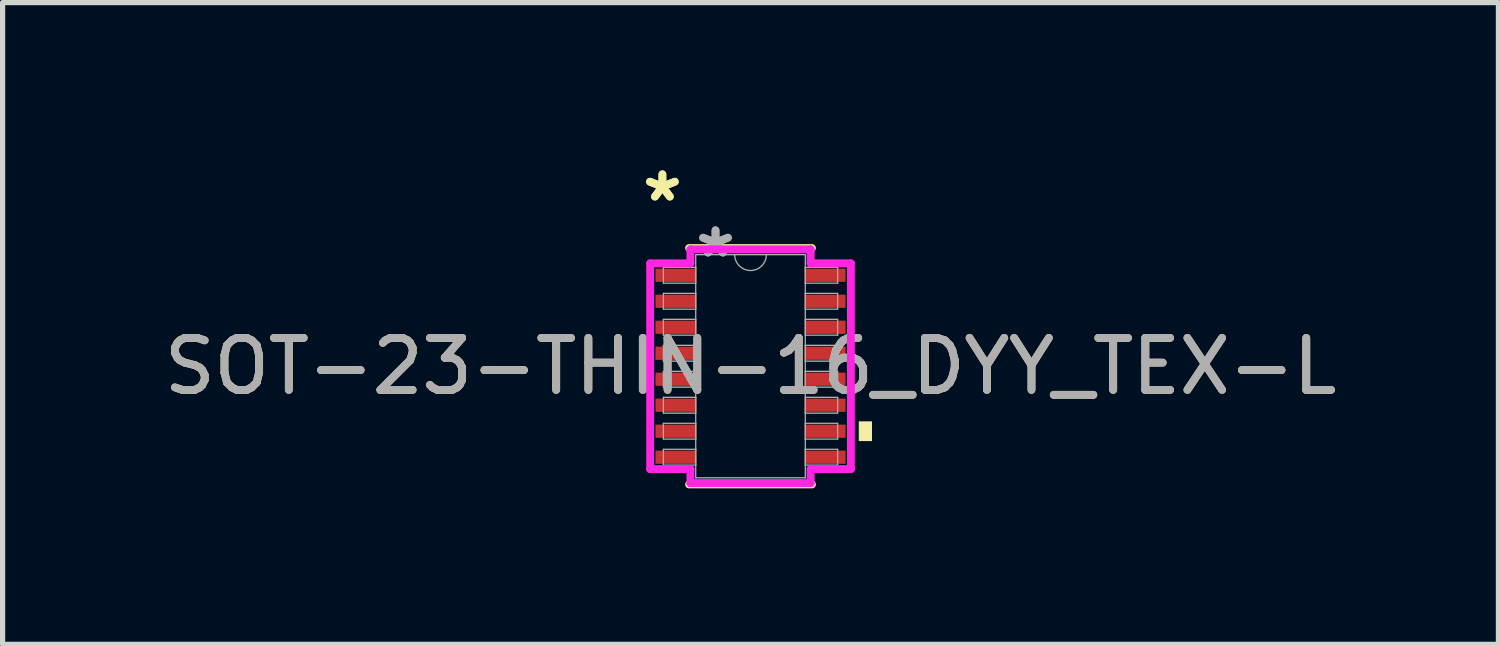
<source format=kicad_pcb>
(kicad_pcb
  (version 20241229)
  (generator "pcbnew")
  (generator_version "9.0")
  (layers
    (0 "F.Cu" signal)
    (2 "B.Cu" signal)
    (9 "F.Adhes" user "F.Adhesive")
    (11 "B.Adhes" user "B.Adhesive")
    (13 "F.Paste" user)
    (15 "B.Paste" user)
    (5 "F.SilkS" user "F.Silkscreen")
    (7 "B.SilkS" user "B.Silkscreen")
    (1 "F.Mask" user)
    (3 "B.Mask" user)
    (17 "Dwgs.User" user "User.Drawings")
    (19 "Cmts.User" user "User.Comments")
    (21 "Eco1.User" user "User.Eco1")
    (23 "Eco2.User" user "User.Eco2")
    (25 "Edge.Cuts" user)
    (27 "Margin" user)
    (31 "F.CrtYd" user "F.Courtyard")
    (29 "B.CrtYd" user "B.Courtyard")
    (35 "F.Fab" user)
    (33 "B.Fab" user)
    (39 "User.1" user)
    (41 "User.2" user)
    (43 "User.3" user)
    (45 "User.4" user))
  (footprint "SOT-23-THIN-16_DYY_TEX-L"
    (layer "F.Cu")
    (at 11.387 3.995)
    (property "Reference" "SOT-23-THIN-16_DYY_TEX-L" (at 0 0 0) (unlocked yes) (layer "F.SilkS") (effects (font (size 1 1) (thickness 0.15))))
    (attr smd)
    (fp_line (start -1.181 2.273) (end 1.181 2.273) (stroke (width 0.152) (type solid)) (layer "F.SilkS"))
    (fp_line (start 1.181 -2.273) (end -1.181 -2.273) (stroke (width 0.152) (type solid)) (layer "F.SilkS"))
    (fp_poly (pts (xy 2.337 1.06) (xy 2.337 1.44) (xy 2.083 1.44) (xy 2.083 1.06)) (stroke (width 0) (type solid)) (fill yes) (layer "F.SilkS"))
    (fp_line (start -1.93 -1.979) (end -1.156 -1.979) (stroke (width 0.152) (type solid)) (layer "F.CrtYd"))
    (fp_line (start -1.93 1.979) (end -1.93 -1.979) (stroke (width 0.152) (type solid)) (layer "F.CrtYd"))
    (fp_line (start -1.93 1.979) (end -1.156 1.979) (stroke (width 0.152) (type solid)) (layer "F.CrtYd"))
    (fp_line (start -1.156 -2.248) (end 1.156 -2.248) (stroke (width 0.152) (type solid)) (layer "F.CrtYd"))
    (fp_line (start -1.156 -1.979) (end -1.156 -2.248) (stroke (width 0.152) (type solid)) (layer "F.CrtYd"))
    (fp_line (start -1.156 2.248) (end -1.156 1.979) (stroke (width 0.152) (type solid)) (layer "F.CrtYd"))
    (fp_line (start 1.156 -2.248) (end 1.156 -1.979) (stroke (width 0.152) (type solid)) (layer "F.CrtYd"))
    (fp_line (start 1.156 1.979) (end 1.156 2.248) (stroke (width 0.152) (type solid)) (layer "F.CrtYd"))
    (fp_line (start 1.156 2.248) (end -1.156 2.248) (stroke (width 0.152) (type solid)) (layer "F.CrtYd"))
    (fp_line (start 1.93 -1.979) (end 1.156 -1.979) (stroke (width 0.152) (type solid)) (layer "F.CrtYd"))
    (fp_line (start 1.93 -1.979) (end 1.93 1.979) (stroke (width 0.152) (type solid)) (layer "F.CrtYd"))
    (fp_line (start 1.93 1.979) (end 1.156 1.979) (stroke (width 0.152) (type solid)) (layer "F.CrtYd"))
    (fp_line (start -1.676 -1.902) (end -1.676 -1.598) (stroke (width 0.025) (type solid)) (layer "F.Fab"))
    (fp_line (start -1.676 -1.598) (end -1.054 -1.598) (stroke (width 0.025) (type solid)) (layer "F.Fab"))
    (fp_line (start -1.676 -1.402) (end -1.676 -1.098) (stroke (width 0.025) (type solid)) (layer "F.Fab"))
    (fp_line (start -1.676 -1.098) (end -1.054 -1.098) (stroke (width 0.025) (type solid)) (layer "F.Fab"))
    (fp_line (start -1.676 -0.902) (end -1.676 -0.598) (stroke (width 0.025) (type solid)) (layer "F.Fab"))
    (fp_line (start -1.676 -0.598) (end -1.054 -0.598) (stroke (width 0.025) (type solid)) (layer "F.Fab"))
    (fp_line (start -1.676 -0.402) (end -1.676 -0.098) (stroke (width 0.025) (type solid)) (layer "F.Fab"))
    (fp_line (start -1.676 -0.098) (end -1.054 -0.098) (stroke (width 0.025) (type solid)) (layer "F.Fab"))
    (fp_line (start -1.676 0.098) (end -1.676 0.402) (stroke (width 0.025) (type solid)) (layer "F.Fab"))
    (fp_line (start -1.676 0.402) (end -1.054 0.402) (stroke (width 0.025) (type solid)) (layer "F.Fab"))
    (fp_line (start -1.676 0.598) (end -1.676 0.902) (stroke (width 0.025) (type solid)) (layer "F.Fab"))
    (fp_line (start -1.676 0.902) (end -1.054 0.902) (stroke (width 0.025) (type solid)) (layer "F.Fab"))
    (fp_line (start -1.676 1.098) (end -1.676 1.402) (stroke (width 0.025) (type solid)) (layer "F.Fab"))
    (fp_line (start -1.676 1.402) (end -1.054 1.402) (stroke (width 0.025) (type solid)) (layer "F.Fab"))
    (fp_line (start -1.676 1.598) (end -1.676 1.902) (stroke (width 0.025) (type solid)) (layer "F.Fab"))
    (fp_line (start -1.676 1.902) (end -1.054 1.902) (stroke (width 0.025) (type solid)) (layer "F.Fab"))
    (fp_line (start -1.054 -2.146) (end -1.054 2.146) (stroke (width 0.025) (type solid)) (layer "F.Fab"))
    (fp_line (start -1.054 -1.902) (end -1.676 -1.902) (stroke (width 0.025) (type solid)) (layer "F.Fab"))
    (fp_line (start -1.054 -1.598) (end -1.054 -1.902) (stroke (width 0.025) (type solid)) (layer "F.Fab"))
    (fp_line (start -1.054 -1.402) (end -1.676 -1.402) (stroke (width 0.025) (type solid)) (layer "F.Fab"))
    (fp_line (start -1.054 -1.098) (end -1.054 -1.402) (stroke (width 0.025) (type solid)) (layer "F.Fab"))
    (fp_line (start -1.054 -0.902) (end -1.676 -0.902) (stroke (width 0.025) (type solid)) (layer "F.Fab"))
    (fp_line (start -1.054 -0.598) (end -1.054 -0.902) (stroke (width 0.025) (type solid)) (layer "F.Fab"))
    (fp_line (start -1.054 -0.402) (end -1.676 -0.402) (stroke (width 0.025) (type solid)) (layer "F.Fab"))
    (fp_line (start -1.054 -0.098) (end -1.054 -0.402) (stroke (width 0.025) (type solid)) (layer "F.Fab"))
    (fp_line (start -1.054 0.098) (end -1.676 0.098) (stroke (width 0.025) (type solid)) (layer "F.Fab"))
    (fp_line (start -1.054 0.402) (end -1.054 0.098) (stroke (width 0.025) (type solid)) (layer "F.Fab"))
    (fp_line (start -1.054 0.598) (end -1.676 0.598) (stroke (width 0.025) (type solid)) (layer "F.Fab"))
    (fp_line (start -1.054 0.902) (end -1.054 0.598) (stroke (width 0.025) (type solid)) (layer "F.Fab"))
    (fp_line (start -1.054 1.098) (end -1.676 1.098) (stroke (width 0.025) (type solid)) (layer "F.Fab"))
    (fp_line (start -1.054 1.402) (end -1.054 1.098) (stroke (width 0.025) (type solid)) (layer "F.Fab"))
    (fp_line (start -1.054 1.598) (end -1.676 1.598) (stroke (width 0.025) (type solid)) (layer "F.Fab"))
    (fp_line (start -1.054 1.902) (end -1.054 1.598) (stroke (width 0.025) (type solid)) (layer "F.Fab"))
    (fp_line (start -1.054 2.146) (end 1.054 2.146) (stroke (width 0.025) (type solid)) (layer "F.Fab"))
    (fp_line (start 1.054 -2.146) (end -1.054 -2.146) (stroke (width 0.025) (type solid)) (layer "F.Fab"))
    (fp_line (start 1.054 -1.902) (end 1.054 -1.598) (stroke (width 0.025) (type solid)) (layer "F.Fab"))
    (fp_line (start 1.054 -1.598) (end 1.676 -1.598) (stroke (width 0.025) (type solid)) (layer "F.Fab"))
    (fp_line (start 1.054 -1.402) (end 1.054 -1.098) (stroke (width 0.025) (type solid)) (layer "F.Fab"))
    (fp_line (start 1.054 -1.098) (end 1.676 -1.098) (stroke (width 0.025) (type solid)) (layer "F.Fab"))
    (fp_line (start 1.054 -0.902) (end 1.054 -0.598) (stroke (width 0.025) (type solid)) (layer "F.Fab"))
    (fp_line (start 1.054 -0.598) (end 1.676 -0.598) (stroke (width 0.025) (type solid)) (layer "F.Fab"))
    (fp_line (start 1.054 -0.402) (end 1.054 -0.098) (stroke (width 0.025) (type solid)) (layer "F.Fab"))
    (fp_line (start 1.054 -0.098) (end 1.676 -0.098) (stroke (width 0.025) (type solid)) (layer "F.Fab"))
    (fp_line (start 1.054 0.098) (end 1.054 0.402) (stroke (width 0.025) (type solid)) (layer "F.Fab"))
    (fp_line (start 1.054 0.402) (end 1.676 0.402) (stroke (width 0.025) (type solid)) (layer "F.Fab"))
    (fp_line (start 1.054 0.598) (end 1.054 0.902) (stroke (width 0.025) (type solid)) (layer "F.Fab"))
    (fp_line (start 1.054 0.902) (end 1.676 0.902) (stroke (width 0.025) (type solid)) (layer "F.Fab"))
    (fp_line (start 1.054 1.098) (end 1.054 1.402) (stroke (width 0.025) (type solid)) (layer "F.Fab"))
    (fp_line (start 1.054 1.402) (end 1.676 1.402) (stroke (width 0.025) (type solid)) (layer "F.Fab"))
    (fp_line (start 1.054 1.598) (end 1.054 1.902) (stroke (width 0.025) (type solid)) (layer "F.Fab"))
    (fp_line (start 1.054 1.902) (end 1.676 1.902) (stroke (width 0.025) (type solid)) (layer "F.Fab"))
    (fp_line (start 1.054 2.146) (end 1.054 -2.146) (stroke (width 0.025) (type solid)) (layer "F.Fab"))
    (fp_line (start 1.676 -1.902) (end 1.054 -1.902) (stroke (width 0.025) (type solid)) (layer "F.Fab"))
    (fp_line (start 1.676 -1.598) (end 1.676 -1.902) (stroke (width 0.025) (type solid)) (layer "F.Fab"))
    (fp_line (start 1.676 -1.402) (end 1.054 -1.402) (stroke (width 0.025) (type solid)) (layer "F.Fab"))
    (fp_line (start 1.676 -1.098) (end 1.676 -1.402) (stroke (width 0.025) (type solid)) (layer "F.Fab"))
    (fp_line (start 1.676 -0.902) (end 1.054 -0.902) (stroke (width 0.025) (type solid)) (layer "F.Fab"))
    (fp_line (start 1.676 -0.598) (end 1.676 -0.902) (stroke (width 0.025) (type solid)) (layer "F.Fab"))
    (fp_line (start 1.676 -0.402) (end 1.054 -0.402) (stroke (width 0.025) (type solid)) (layer "F.Fab"))
    (fp_line (start 1.676 -0.098) (end 1.676 -0.402) (stroke (width 0.025) (type solid)) (layer "F.Fab"))
    (fp_line (start 1.676 0.098) (end 1.054 0.098) (stroke (width 0.025) (type solid)) (layer "F.Fab"))
    (fp_line (start 1.676 0.402) (end 1.676 0.098) (stroke (width 0.025) (type solid)) (layer "F.Fab"))
    (fp_line (start 1.676 0.598) (end 1.054 0.598) (stroke (width 0.025) (type solid)) (layer "F.Fab"))
    (fp_line (start 1.676 0.902) (end 1.676 0.598) (stroke (width 0.025) (type solid)) (layer "F.Fab"))
    (fp_line (start 1.676 1.098) (end 1.054 1.098) (stroke (width 0.025) (type solid)) (layer "F.Fab"))
    (fp_line (start 1.676 1.402) (end 1.676 1.098) (stroke (width 0.025) (type solid)) (layer "F.Fab"))
    (fp_line (start 1.676 1.598) (end 1.054 1.598) (stroke (width 0.025) (type solid)) (layer "F.Fab"))
    (fp_line (start 1.676 1.902) (end 1.676 1.598) (stroke (width 0.025) (type solid)) (layer "F.Fab"))
    (fp_arc (start 0.3048 -2.1463) (mid 0 -1.8415) (end -0.3048 -2.1463) (stroke (width 0.0254) (type solid)) (layer "F.Fab"))
    (fp_text user "*" (at -1.695 -3.147 0) (unlocked yes) (layer "F.SilkS") (effects (font (size 1 1) (thickness 0.15))))
    (fp_text user "*" (at -1.695 -3.147 0) (layer "F.SilkS") (effects (font (size 1 1) (thickness 0.15))))
    (fp_text user "*" (at -0.673 -2.07 0) (unlocked yes) (layer "F.Fab") (effects (font (size 1 1) (thickness 0.15))))
    (fp_text user "*" (at -0.673 -2.07 0) (layer "F.Fab") (effects (font (size 1 1) (thickness 0.15))))
    (fp_text user "${REFERENCE}" (at 0 0 0) (unlocked yes) (layer "F.Fab") (effects (font (size 1 1) (thickness 0.15))))
    (pad "1" smd rect (at -1.441 -1.75) (size 0.775 0.254) (layers "F.Cu" "F.Mask" "F.Paste"))
    (pad "2" smd rect (at -1.441 -1.25) (size 0.775 0.254) (layers "F.Cu" "F.Mask" "F.Paste"))
    (pad "3" smd rect (at -1.441 -0.75) (size 0.775 0.254) (layers "F.Cu" "F.Mask" "F.Paste"))
    (pad "4" smd rect (at -1.441 -0.25) (size 0.775 0.254) (layers "F.Cu" "F.Mask" "F.Paste"))
    (pad "5" smd rect (at -1.441 0.25) (size 0.775 0.254) (layers "F.Cu" "F.Mask" "F.Paste"))
    (pad "6" smd rect (at -1.441 0.75) (size 0.775 0.254) (layers "F.Cu" "F.Mask" "F.Paste"))
    (pad "7" smd rect (at -1.441 1.25) (size 0.775 0.254) (layers "F.Cu" "F.Mask" "F.Paste"))
    (pad "8" smd rect (at -1.441 1.75) (size 0.775 0.254) (layers "F.Cu" "F.Mask" "F.Paste"))
    (pad "9" smd rect (at 1.441 1.75) (size 0.775 0.254) (layers "F.Cu" "F.Mask" "F.Paste"))
    (pad "10" smd rect (at 1.441 1.25) (size 0.775 0.254) (layers "F.Cu" "F.Mask" "F.Paste"))
    (pad "11" smd rect (at 1.441 0.75) (size 0.775 0.254) (layers "F.Cu" "F.Mask" "F.Paste"))
    (pad "12" smd rect (at 1.441 0.25) (size 0.775 0.254) (layers "F.Cu" "F.Mask" "F.Paste"))
    (pad "13" smd rect (at 1.441 -0.25) (size 0.775 0.254) (layers "F.Cu" "F.Mask" "F.Paste"))
    (pad "14" smd rect (at 1.441 -0.75) (size 0.775 0.254) (layers "F.Cu" "F.Mask" "F.Paste"))
    (pad "15" smd rect (at 1.441 -1.25) (size 0.775 0.254) (layers "F.Cu" "F.Mask" "F.Paste"))
    (pad "16" smd rect (at 1.441 -1.75) (size 0.775 0.254) (layers "F.Cu" "F.Mask" "F.Paste")))
  (gr_rect
    (start -3 -3)
    (end 25.774 9.345)
    (stroke (width 0.1) (type default))
    (fill no)
    (layer "Edge.Cuts")))
</source>
